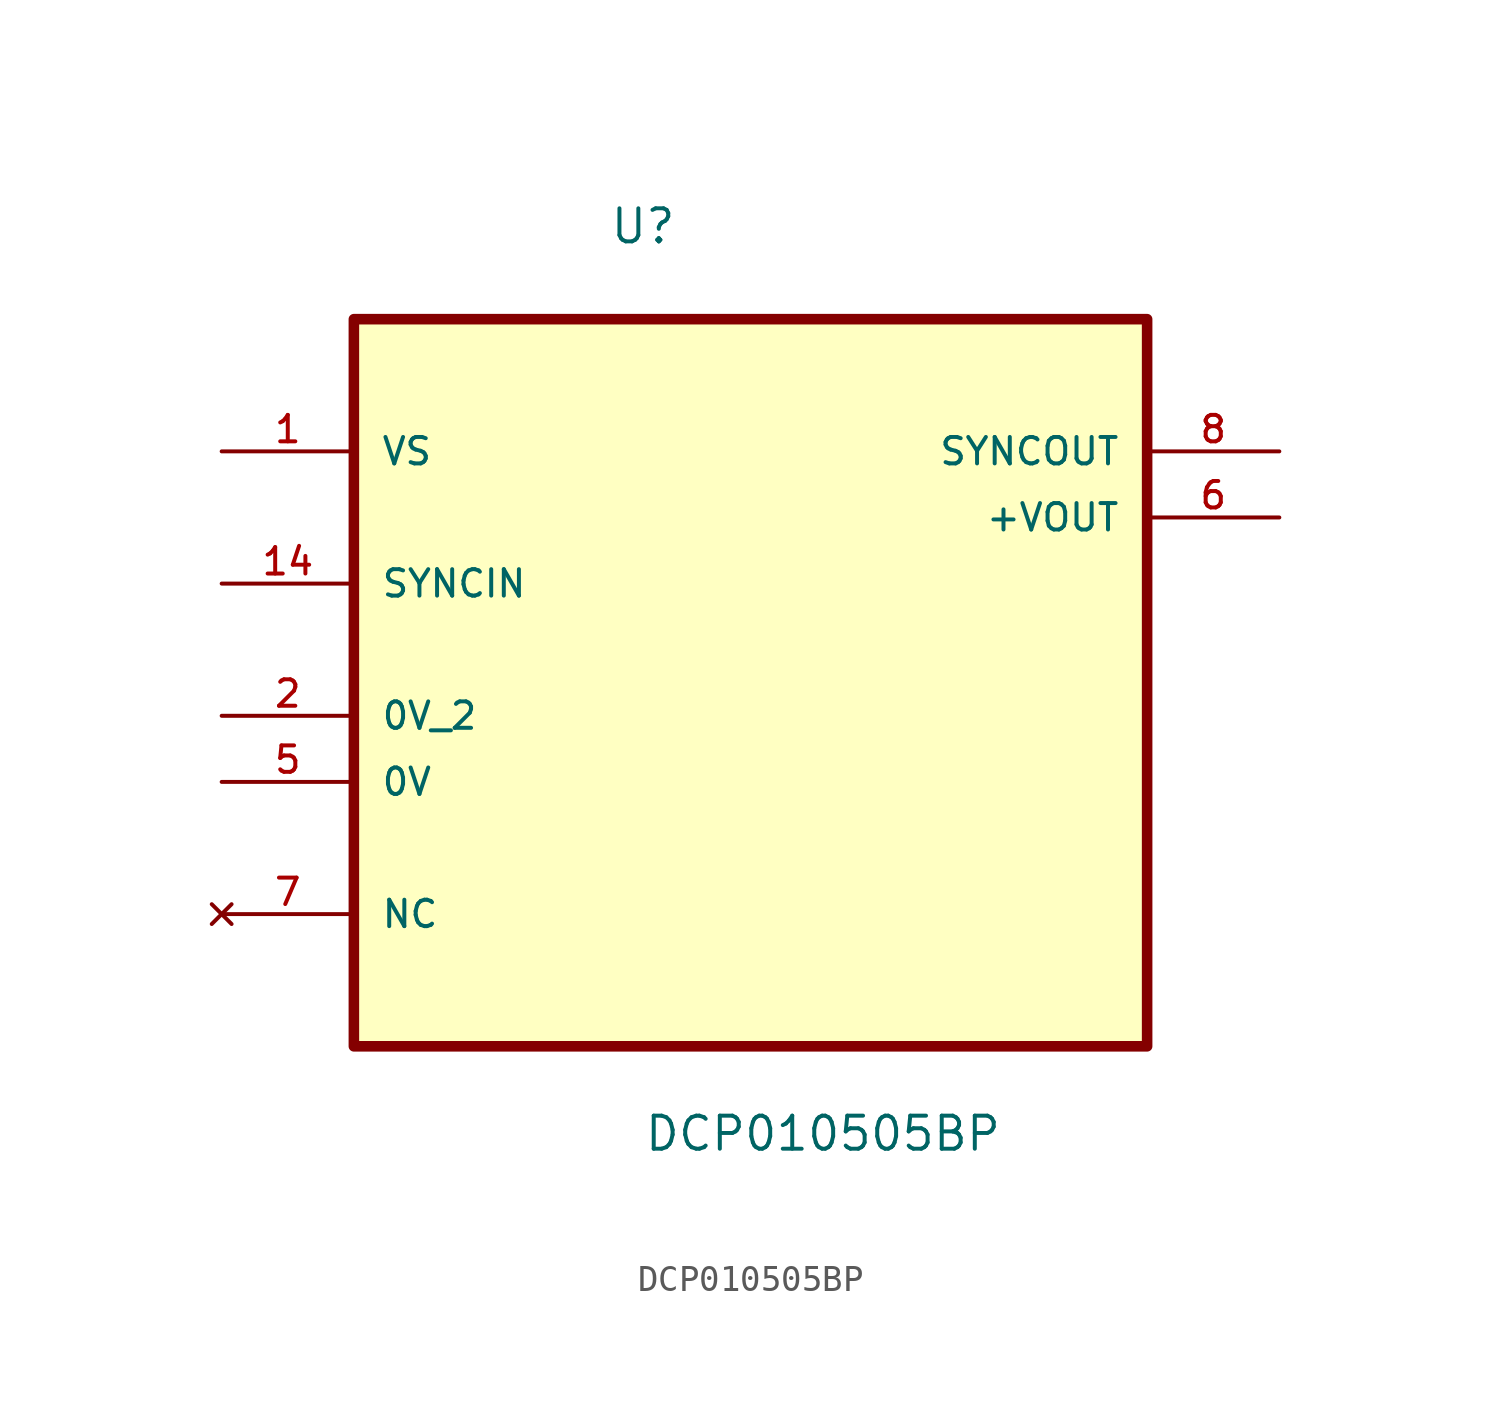
<source format=kicad_sym>
(kicad_symbol_lib
  (version 20211014)
  (generator kicad_symbol_editor)
  (symbol "DCP010505BP"
    (pin_names
      (offset 1.016))
    (property "Reference" "U"
      (at -5.438 12.986 0.0)
      (effects (font (size 1.27 1.27)) (justify bottom left)))
    (property "Value" "DCP010505BP"
      (at -4.121 -21.878 0.0)
      (effects (font (size 1.27 1.27)) (justify bottom left)))
    (symbol "DCP010505BP_0_0"
      (rectangle (start -15.24 -17.78) (end 15.24 10.16) (stroke (width 0.406)) (fill (type background)))
      (pin power_in line (at -20.32 5.08 0) (length 5.08) (name "VS" (effects (font (size 1.016 1.016)))) (number "1" (effects (font (size 1.016 1.016)))))
      (pin input line (at -20.32 0.0 0) (length 5.08) (name "SYNCIN" (effects (font (size 1.016 1.016)))) (number "14" (effects (font (size 1.016 1.016)))))
      (pin passive line (at -20.32 -5.08 0) (length 5.08) (name "0V_2" (effects (font (size 1.016 1.016)))) (number "2" (effects (font (size 1.016 1.016)))))
      (pin passive line (at -20.32 -7.62 0) (length 5.08) (name "0V" (effects (font (size 1.016 1.016)))) (number "5" (effects (font (size 1.016 1.016)))))
      (pin no_connect line (at -20.32 -12.7 0) (length 5.08) (name "NC" (effects (font (size 1.016 1.016)))) (number "7" (effects (font (size 1.016 1.016)))))
      (pin output line (at 20.32 5.08 180.0) (length 5.08) (name "SYNCOUT" (effects (font (size 1.016 1.016)))) (number "8" (effects (font (size 1.016 1.016)))))
      (pin output line (at 20.32 2.54 180.0) (length 5.08) (name "+VOUT" (effects (font (size 1.016 1.016)))) (number "6" (effects (font (size 1.016 1.016))))))))
</source>
